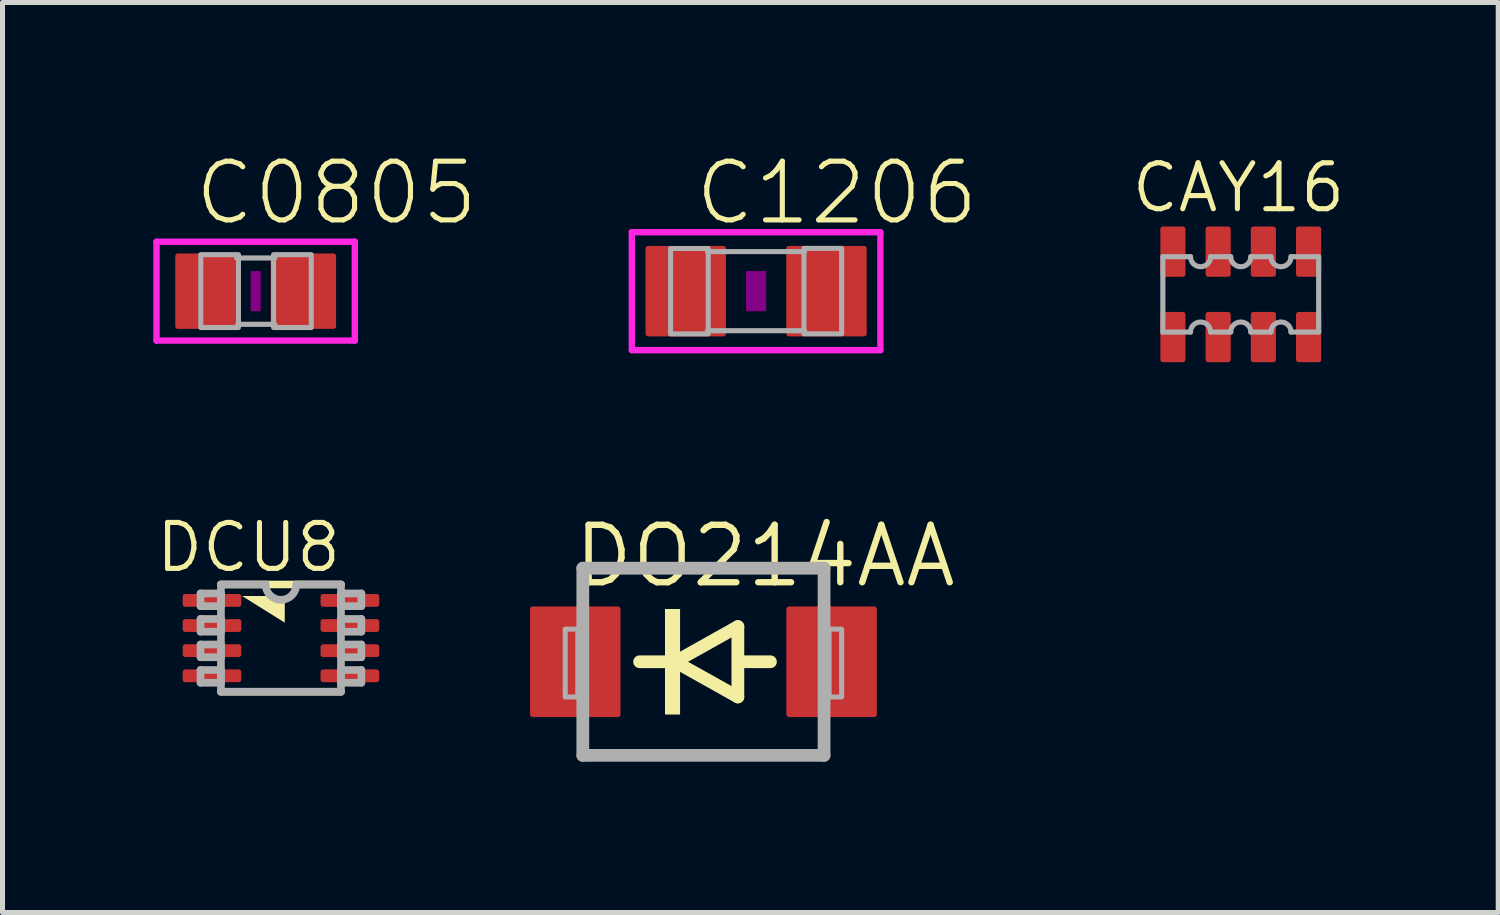
<source format=kicad_pcb>
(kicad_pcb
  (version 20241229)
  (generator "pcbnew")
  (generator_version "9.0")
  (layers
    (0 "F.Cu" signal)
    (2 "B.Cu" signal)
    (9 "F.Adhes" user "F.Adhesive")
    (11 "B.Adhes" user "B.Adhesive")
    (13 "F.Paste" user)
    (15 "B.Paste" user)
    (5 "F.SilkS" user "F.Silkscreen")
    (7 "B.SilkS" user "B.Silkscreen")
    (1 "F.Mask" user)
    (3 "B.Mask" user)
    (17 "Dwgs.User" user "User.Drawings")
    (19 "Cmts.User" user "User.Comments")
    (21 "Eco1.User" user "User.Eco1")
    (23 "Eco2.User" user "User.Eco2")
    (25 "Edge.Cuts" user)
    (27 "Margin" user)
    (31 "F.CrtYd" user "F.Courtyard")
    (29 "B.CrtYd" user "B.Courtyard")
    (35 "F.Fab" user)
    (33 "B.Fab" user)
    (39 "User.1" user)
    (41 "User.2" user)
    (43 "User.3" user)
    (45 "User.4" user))
  (footprint "DO214AA"
    (layer "F.Cu")
    (at 10.946 10.117)
    (property "Reference" "DO214AA" (at -2.64 -1.436 0) (layer "F.SilkS") (effects (font (size 1.143 1.143) (thickness 0.127)) (justify left bottom)))
    (fp_line (start -0.635 0) (end -1.27 0) (stroke (width 0.254) (type solid)) (layer "F.SilkS"))
    (fp_line (start -0.565 0) (end 0.685 -0.7) (stroke (width 0.254) (type solid)) (layer "F.SilkS"))
    (fp_line (start 0.685 -0.7) (end 0.685 0.7) (stroke (width 0.254) (type solid)) (layer "F.SilkS"))
    (fp_line (start 0.685 0.7) (end -0.565 0) (stroke (width 0.254) (type solid)) (layer "F.SilkS"))
    (fp_line (start 1.333 0) (end 0.699 0) (stroke (width 0.254) (type solid)) (layer "F.SilkS"))
    (fp_poly (pts (xy -0.765 1.05) (xy -0.465 1.05) (xy -0.465 -1.05) (xy -0.765 -1.05)) (stroke (width 0) (type solid)) (fill yes) (layer "F.SilkS"))
    (fp_line (start -2.4 -1.862) (end 2.4 -1.862) (stroke (width 0.254) (type solid)) (layer "F.Fab"))
    (fp_line (start -2.4 1.862) (end -2.4 -1.862) (stroke (width 0.254) (type solid)) (layer "F.Fab"))
    (fp_line (start 2.4 -1.862) (end 2.4 1.862) (stroke (width 0.254) (type solid)) (layer "F.Fab"))
    (fp_line (start 2.4 1.862) (end -2.4 1.862) (stroke (width 0.254) (type solid)) (layer "F.Fab"))
    (fp_poly (pts (xy -2.75 0.7) (xy -2.5 0.7) (xy -2.5 -0.65) (xy -2.75 -0.65)) (stroke (width 0.1) (type solid)) (fill no) (layer "F.Fab"))
    (fp_poly (pts (xy 2.5 0.7) (xy 2.75 0.7) (xy 2.75 -0.65) (xy 2.5 -0.65)) (stroke (width 0.1) (type solid)) (fill no) (layer "F.Fab"))
    (pad "A" smd roundrect (at 2.55 0) (size 1.8 2.2) (layers "F.Cu" "F.Mask" "F.Paste") (roundrect_rratio 0.028))
    (pad "C" smd roundrect (at -2.55 0) (size 1.8 2.2) (layers "F.Cu" "F.Mask" "F.Paste") (roundrect_rratio 0.028)))
  (footprint "DCU8"
    (layer "F.Cu")
    (at 2.54 9.646)
    (property "Reference" "DCU8" (at -2.54 -1.27 0) (layer "F.SilkS") (effects (font (size 0.914 0.914) (thickness 0.102)) (justify left bottom)))
    (fp_line (start -1.194 1.067) (end 1.194 1.067) (stroke (width 0.152) (type solid)) (layer "F.SilkS"))
    (fp_line (start 1.194 -1.067) (end -1.194 -1.067) (stroke (width 0.152) (type solid)) (layer "F.SilkS"))
    (fp_poly (pts (xy 0.076 -0.307) (xy -0.774 -0.838) (xy 0.076 -0.838)) (stroke (width 0) (type solid)) (fill yes) (layer "F.SilkS"))
    (fp_line (start -1.6 -0.889) (end -1.6 -0.635) (stroke (width 0.152) (type solid)) (layer "F.Fab"))
    (fp_line (start -1.6 -0.635) (end -1.194 -0.635) (stroke (width 0.152) (type solid)) (layer "F.Fab"))
    (fp_line (start -1.6 -0.381) (end -1.6 -0.127) (stroke (width 0.152) (type solid)) (layer "F.Fab"))
    (fp_line (start -1.6 -0.127) (end -1.194 -0.127) (stroke (width 0.152) (type solid)) (layer "F.Fab"))
    (fp_line (start -1.6 0.127) (end -1.6 0.381) (stroke (width 0.152) (type solid)) (layer "F.Fab"))
    (fp_line (start -1.6 0.381) (end -1.194 0.381) (stroke (width 0.152) (type solid)) (layer "F.Fab"))
    (fp_line (start -1.6 0.635) (end -1.6 0.889) (stroke (width 0.152) (type solid)) (layer "F.Fab"))
    (fp_line (start -1.6 0.889) (end -1.194 0.889) (stroke (width 0.152) (type solid)) (layer "F.Fab"))
    (fp_line (start -1.194 -1.067) (end -1.194 1.067) (stroke (width 0.152) (type solid)) (layer "F.Fab"))
    (fp_line (start -1.194 -0.889) (end -1.6 -0.889) (stroke (width 0.152) (type solid)) (layer "F.Fab"))
    (fp_line (start -1.194 -0.635) (end -1.194 -0.889) (stroke (width 0.152) (type solid)) (layer "F.Fab"))
    (fp_line (start -1.194 -0.381) (end -1.6 -0.381) (stroke (width 0.152) (type solid)) (layer "F.Fab"))
    (fp_line (start -1.194 -0.127) (end -1.194 -0.381) (stroke (width 0.152) (type solid)) (layer "F.Fab"))
    (fp_line (start -1.194 0.127) (end -1.6 0.127) (stroke (width 0.152) (type solid)) (layer "F.Fab"))
    (fp_line (start -1.194 0.381) (end -1.194 0.127) (stroke (width 0.152) (type solid)) (layer "F.Fab"))
    (fp_line (start -1.194 0.635) (end -1.6 0.635) (stroke (width 0.152) (type solid)) (layer "F.Fab"))
    (fp_line (start -1.194 0.889) (end -1.194 0.635) (stroke (width 0.152) (type solid)) (layer "F.Fab"))
    (fp_line (start -1.194 1.067) (end 1.194 1.067) (stroke (width 0.152) (type solid)) (layer "F.Fab"))
    (fp_line (start -0.305 -1.067) (end -1.194 -1.067) (stroke (width 0.152) (type solid)) (layer "F.Fab"))
    (fp_line (start 1.194 -1.067) (end 0.305 -1.067) (stroke (width 0.152) (type solid)) (layer "F.Fab"))
    (fp_line (start 1.194 -0.889) (end 1.194 -0.635) (stroke (width 0.152) (type solid)) (layer "F.Fab"))
    (fp_line (start 1.194 -0.635) (end 1.6 -0.635) (stroke (width 0.152) (type solid)) (layer "F.Fab"))
    (fp_line (start 1.194 -0.381) (end 1.194 -0.127) (stroke (width 0.152) (type solid)) (layer "F.Fab"))
    (fp_line (start 1.194 -0.127) (end 1.6 -0.127) (stroke (width 0.152) (type solid)) (layer "F.Fab"))
    (fp_line (start 1.194 0.127) (end 1.194 0.381) (stroke (width 0.152) (type solid)) (layer "F.Fab"))
    (fp_line (start 1.194 0.381) (end 1.6 0.381) (stroke (width 0.152) (type solid)) (layer "F.Fab"))
    (fp_line (start 1.194 0.635) (end 1.194 0.889) (stroke (width 0.152) (type solid)) (layer "F.Fab"))
    (fp_line (start 1.194 0.889) (end 1.6 0.889) (stroke (width 0.152) (type solid)) (layer "F.Fab"))
    (fp_line (start 1.194 1.067) (end 1.194 -1.067) (stroke (width 0.152) (type solid)) (layer "F.Fab"))
    (fp_line (start 1.6 -0.889) (end 1.194 -0.889) (stroke (width 0.152) (type solid)) (layer "F.Fab"))
    (fp_line (start 1.6 -0.635) (end 1.6 -0.889) (stroke (width 0.152) (type solid)) (layer "F.Fab"))
    (fp_line (start 1.6 -0.381) (end 1.194 -0.381) (stroke (width 0.152) (type solid)) (layer "F.Fab"))
    (fp_line (start 1.6 -0.127) (end 1.6 -0.381) (stroke (width 0.152) (type solid)) (layer "F.Fab"))
    (fp_line (start 1.6 0.127) (end 1.194 0.127) (stroke (width 0.152) (type solid)) (layer "F.Fab"))
    (fp_line (start 1.6 0.381) (end 1.6 0.127) (stroke (width 0.152) (type solid)) (layer "F.Fab"))
    (fp_line (start 1.6 0.635) (end 1.194 0.635) (stroke (width 0.152) (type solid)) (layer "F.Fab"))
    (fp_line (start 1.6 0.889) (end 1.6 0.635) (stroke (width 0.152) (type solid)) (layer "F.Fab"))
    (fp_arc (start 0.3048 -1.0668) (mid 0 -0.762) (end -0.3048 -1.0668) (stroke (width 0.1524) (type solid)) (layer "F.Fab"))
    (pad "1" smd roundrect (at -1.372 -0.75) (size 1.168 0.254) (layers "F.Cu" "F.Mask" "F.Paste") (roundrect_rratio 0.2))
    (pad "2" smd roundrect (at -1.372 -0.25) (size 1.168 0.254) (layers "F.Cu" "F.Mask" "F.Paste") (roundrect_rratio 0.2))
    (pad "3" smd roundrect (at -1.372 0.25) (size 1.168 0.254) (layers "F.Cu" "F.Mask" "F.Paste") (roundrect_rratio 0.2))
    (pad "4" smd roundrect (at -1.372 0.75) (size 1.168 0.254) (layers "F.Cu" "F.Mask" "F.Paste") (roundrect_rratio 0.2))
    (pad "5" smd roundrect (at 1.372 0.75) (size 1.168 0.254) (layers "F.Cu" "F.Mask" "F.Paste") (roundrect_rratio 0.2))
    (pad "6" smd roundrect (at 1.372 0.25) (size 1.168 0.254) (layers "F.Cu" "F.Mask" "F.Paste") (roundrect_rratio 0.2))
    (pad "7" smd roundrect (at 1.372 -0.25) (size 1.168 0.254) (layers "F.Cu" "F.Mask" "F.Paste") (roundrect_rratio 0.2))
    (pad "8" smd roundrect (at 1.372 -0.75) (size 1.168 0.254) (layers "F.Cu" "F.Mask" "F.Paste") (roundrect_rratio 0.2)))
  (footprint "C0805"
    (layer "F.Cu")
    (at 2.037 2.743)
    (property "Reference" "C0805" (at -1.27 -1.27 0) (layer "F.SilkS") (effects (font (size 1.168 1.168) (thickness 0.102)) (justify left bottom)))
    (fp_poly (pts (xy -0.1 0.4) (xy 0.1 0.4) (xy 0.1 -0.4) (xy -0.1 -0.4)) (stroke (width 0) (type solid)) (fill yes) (layer "F.Adhes"))
    (fp_line (start -1.973 -0.983) (end 1.973 -0.983) (stroke (width 0.127) (type solid)) (layer "F.CrtYd"))
    (fp_line (start -1.973 0.983) (end -1.973 -0.983) (stroke (width 0.127) (type solid)) (layer "F.CrtYd"))
    (fp_line (start 1.973 -0.983) (end 1.973 0.983) (stroke (width 0.127) (type solid)) (layer "F.CrtYd"))
    (fp_line (start 1.973 0.983) (end -1.973 0.983) (stroke (width 0.127) (type solid)) (layer "F.CrtYd"))
    (fp_line (start -0.381 -0.66) (end 0.381 -0.66) (stroke (width 0.102) (type solid)) (layer "F.Fab"))
    (fp_line (start -0.356 0.66) (end 0.381 0.66) (stroke (width 0.102) (type solid)) (layer "F.Fab"))
    (fp_poly (pts (xy -1.092 0.724) (xy -0.342 0.724) (xy -0.342 -0.726) (xy -1.092 -0.726)) (stroke (width 0.1) (type solid)) (fill no) (layer "F.Fab"))
    (fp_poly (pts (xy 0.356 0.724) (xy 1.106 0.724) (xy 1.106 -0.726) (xy 0.356 -0.726)) (stroke (width 0.1) (type solid)) (fill no) (layer "F.Fab"))
    (pad "1" smd roundrect (at -0.95 0) (size 1.3 1.5) (layers "F.Cu" "F.Mask" "F.Paste") (roundrect_rratio 0.039))
    (pad "2" smd roundrect (at 0.95 0) (size 1.3 1.5) (layers "F.Cu" "F.Mask" "F.Paste") (roundrect_rratio 0.039)))
  (footprint "C1206"
    (layer "F.Cu")
    (at 11.994 2.743)
    (property "Reference" "C1206" (at -1.27 -1.27 0) (layer "F.SilkS") (effects (font (size 1.168 1.168) (thickness 0.102)) (justify left bottom)))
    (fp_poly (pts (xy -0.2 0.4) (xy 0.2 0.4) (xy 0.2 -0.4) (xy -0.2 -0.4)) (stroke (width 0) (type solid)) (fill yes) (layer "F.Adhes"))
    (fp_line (start -2.473 -1.173) (end 2.473 -1.173) (stroke (width 0.127) (type solid)) (layer "F.CrtYd"))
    (fp_line (start -2.473 1.173) (end -2.473 -1.173) (stroke (width 0.127) (type solid)) (layer "F.CrtYd"))
    (fp_line (start 2.473 -1.173) (end 2.473 1.173) (stroke (width 0.127) (type solid)) (layer "F.CrtYd"))
    (fp_line (start 2.473 1.173) (end -2.473 1.173) (stroke (width 0.127) (type solid)) (layer "F.CrtYd"))
    (fp_line (start -0.965 -0.787) (end 0.965 -0.787) (stroke (width 0.102) (type solid)) (layer "F.Fab"))
    (fp_line (start -0.965 0.787) (end 0.965 0.787) (stroke (width 0.102) (type solid)) (layer "F.Fab"))
    (fp_poly (pts (xy -1.702 0.851) (xy -0.952 0.851) (xy -0.952 -0.849) (xy -1.702 -0.849)) (stroke (width 0.1) (type solid)) (fill no) (layer "F.Fab"))
    (fp_poly (pts (xy 0.952 0.849) (xy 1.702 0.849) (xy 1.702 -0.851) (xy 0.952 -0.851)) (stroke (width 0.1) (type solid)) (fill no) (layer "F.Fab"))
    (pad "1" smd roundrect (at -1.4 0) (size 1.6 1.8) (layers "F.Cu" "F.Mask" "F.Paste") (roundrect_rratio 0.032))
    (pad "2" smd roundrect (at 1.4 0) (size 1.6 1.8) (layers "F.Cu" "F.Mask" "F.Paste") (roundrect_rratio 0.032)))
  (footprint "CAY16"
    (layer "F.Cu")
    (at 21.637 2.807)
    (property "Reference" "CAY16" (at -2.223 -1.587 0) (layer "F.SilkS") (effects (font (size 0.914 0.914) (thickness 0.102)) (justify left bottom)))
    (fp_line (start -1.55 -0.75) (end -1 -0.75) (stroke (width 0.102) (type solid)) (layer "F.Fab"))
    (fp_line (start -1.55 0.75) (end -1.55 -0.75) (stroke (width 0.102) (type solid)) (layer "F.Fab"))
    (fp_line (start -1 0.75) (end -1.55 0.75) (stroke (width 0.102) (type solid)) (layer "F.Fab"))
    (fp_line (start -0.6 -0.75) (end -0.2 -0.75) (stroke (width 0.102) (type solid)) (layer "F.Fab"))
    (fp_line (start -0.2 0.75) (end -0.6 0.75) (stroke (width 0.102) (type solid)) (layer "F.Fab"))
    (fp_line (start 0.2 -0.75) (end 0.6 -0.75) (stroke (width 0.102) (type solid)) (layer "F.Fab"))
    (fp_line (start 0.6 0.75) (end 0.2 0.75) (stroke (width 0.102) (type solid)) (layer "F.Fab"))
    (fp_line (start 1 -0.75) (end 1.55 -0.75) (stroke (width 0.102) (type solid)) (layer "F.Fab"))
    (fp_line (start 1.55 -0.75) (end 1.55 0.75) (stroke (width 0.102) (type solid)) (layer "F.Fab"))
    (fp_line (start 1.55 0.75) (end 1 0.75) (stroke (width 0.102) (type solid)) (layer "F.Fab"))
    (fp_arc (start -1 0.75) (mid -0.8 0.55) (end -0.6 0.75) (stroke (width 0.1016) (type solid)) (layer "F.Fab"))
    (fp_arc (start -0.6 -0.75) (mid -0.8 -0.55) (end -1 -0.75) (stroke (width 0.1016) (type solid)) (layer "F.Fab"))
    (fp_arc (start -0.2 0.75) (mid 0 0.55) (end 0.2 0.75) (stroke (width 0.1016) (type solid)) (layer "F.Fab"))
    (fp_arc (start 0.2 -0.75) (mid 0 -0.55) (end -0.2 -0.75) (stroke (width 0.1016) (type solid)) (layer "F.Fab"))
    (fp_arc (start 0.6 0.75) (mid 0.8 0.55) (end 1 0.75) (stroke (width 0.1016) (type solid)) (layer "F.Fab"))
    (fp_arc (start 1 -0.75) (mid 0.8 -0.55) (end 0.6 -0.75) (stroke (width 0.1016) (type solid)) (layer "F.Fab"))
    (pad "1" smd roundrect (at -1.35 0.85) (size 0.5 1) (layers "F.Cu" "F.Mask" "F.Paste") (roundrect_rratio 0.102))
    (pad "2" smd roundrect (at -0.45 0.85) (size 0.5 1) (layers "F.Cu" "F.Mask" "F.Paste") (roundrect_rratio 0.102))
    (pad "3" smd roundrect (at 0.45 0.85) (size 0.5 1) (layers "F.Cu" "F.Mask" "F.Paste") (roundrect_rratio 0.102))
    (pad "4" smd roundrect (at 1.35 0.85) (size 0.5 1) (layers "F.Cu" "F.Mask" "F.Paste") (roundrect_rratio 0.102))
    (pad "5" smd roundrect (at 1.35 -0.85) (size 0.5 1) (layers "F.Cu" "F.Mask" "F.Paste") (roundrect_rratio 0.102))
    (pad "6" smd roundrect (at 0.45 -0.85) (size 0.5 1) (layers "F.Cu" "F.Mask" "F.Paste") (roundrect_rratio 0.102))
    (pad "7" smd roundrect (at -0.45 -0.85) (size 0.5 1) (layers "F.Cu" "F.Mask" "F.Paste") (roundrect_rratio 0.102))
    (pad "8" smd roundrect (at -1.35 -0.85) (size 0.5 1) (layers "F.Cu" "F.Mask" "F.Paste") (roundrect_rratio 0.102)))
  (gr_rect
    (start -3 -3)
    (end 26.76 15.106)
    (stroke (width 0.1) (type default))
    (fill no)
    (layer "Edge.Cuts")))
</source>
